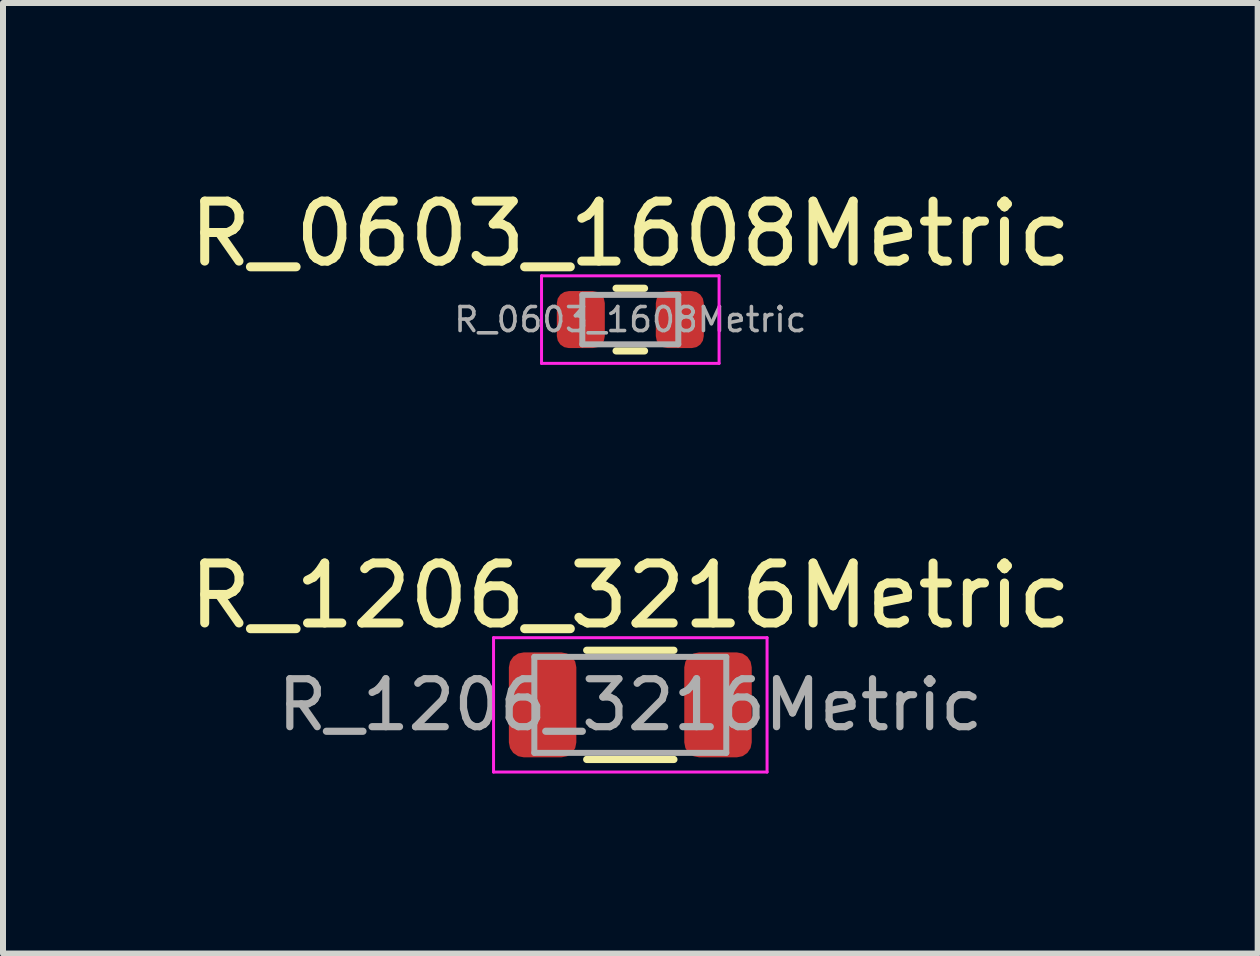
<source format=kicad_pcb>
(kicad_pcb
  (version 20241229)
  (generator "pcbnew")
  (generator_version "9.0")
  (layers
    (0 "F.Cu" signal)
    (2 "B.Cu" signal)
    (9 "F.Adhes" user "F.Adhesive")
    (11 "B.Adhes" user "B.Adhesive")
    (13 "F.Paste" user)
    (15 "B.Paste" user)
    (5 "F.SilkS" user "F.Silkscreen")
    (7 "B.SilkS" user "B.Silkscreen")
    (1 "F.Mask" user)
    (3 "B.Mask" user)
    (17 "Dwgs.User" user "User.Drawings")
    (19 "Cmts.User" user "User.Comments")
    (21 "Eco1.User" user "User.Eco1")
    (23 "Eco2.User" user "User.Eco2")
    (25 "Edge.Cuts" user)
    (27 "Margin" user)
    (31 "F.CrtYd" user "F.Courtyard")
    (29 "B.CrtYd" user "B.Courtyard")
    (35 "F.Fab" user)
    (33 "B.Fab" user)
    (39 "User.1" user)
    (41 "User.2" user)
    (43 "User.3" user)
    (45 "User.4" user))
  (footprint "R_0603_1608Metric"
    (layer "F.Cu")
    (at 7.458 2.278)
    (property "Reference" "R_0603_1608Metric" (at 0 -1.43 0) (layer "F.SilkS") (effects (font (size 1 1) (thickness 0.15))))
    (attr smd)
    (fp_line (start -0.237 -0.522) (end 0.237 -0.522) (stroke (width 0.12) (type solid)) (layer "F.SilkS"))
    (fp_line (start -0.237 0.522) (end 0.237 0.522) (stroke (width 0.12) (type solid)) (layer "F.SilkS"))
    (fp_line (start -1.48 -0.73) (end 1.48 -0.73) (stroke (width 0.05) (type solid)) (layer "F.CrtYd"))
    (fp_line (start -1.48 0.73) (end -1.48 -0.73) (stroke (width 0.05) (type solid)) (layer "F.CrtYd"))
    (fp_line (start 1.48 -0.73) (end 1.48 0.73) (stroke (width 0.05) (type solid)) (layer "F.CrtYd"))
    (fp_line (start 1.48 0.73) (end -1.48 0.73) (stroke (width 0.05) (type solid)) (layer "F.CrtYd"))
    (fp_line (start -0.8 -0.412) (end 0.8 -0.412) (stroke (width 0.1) (type solid)) (layer "F.Fab"))
    (fp_line (start -0.8 0.412) (end -0.8 -0.412) (stroke (width 0.1) (type solid)) (layer "F.Fab"))
    (fp_line (start 0.8 -0.412) (end 0.8 0.412) (stroke (width 0.1) (type solid)) (layer "F.Fab"))
    (fp_line (start 0.8 0.412) (end -0.8 0.412) (stroke (width 0.1) (type solid)) (layer "F.Fab"))
    (fp_text user "${REFERENCE}" (at 0 0 0) (layer "F.Fab") (effects (font (size 0.4 0.4) (thickness 0.06))))
    (pad "1" smd roundrect (at -0.825 0) (size 0.8 0.95) (layers "F.Cu" "F.Mask" "F.Paste") (roundrect_rratio 0.25))
    (pad "2" smd roundrect (at 0.825 0) (size 0.8 0.95) (layers "F.Cu" "F.Mask" "F.Paste") (roundrect_rratio 0.25)))
  (footprint "R_1206_3216Metric"
    (layer "F.Cu")
    (at 7.458 8.701)
    (property "Reference" "R_1206_3216Metric" (at 0 -1.82 180) (layer "F.SilkS") (effects (font (size 1 1) (thickness 0.15))))
    (attr smd)
    (fp_line (start -0.727 -0.91) (end 0.727 -0.91) (stroke (width 0.12) (type solid)) (layer "F.SilkS"))
    (fp_line (start -0.727 0.91) (end 0.727 0.91) (stroke (width 0.12) (type solid)) (layer "F.SilkS"))
    (fp_line (start -2.28 -1.12) (end 2.28 -1.12) (stroke (width 0.05) (type solid)) (layer "F.CrtYd"))
    (fp_line (start -2.28 1.12) (end -2.28 -1.12) (stroke (width 0.05) (type solid)) (layer "F.CrtYd"))
    (fp_line (start 2.28 -1.12) (end 2.28 1.12) (stroke (width 0.05) (type solid)) (layer "F.CrtYd"))
    (fp_line (start 2.28 1.12) (end -2.28 1.12) (stroke (width 0.05) (type solid)) (layer "F.CrtYd"))
    (fp_line (start -1.6 -0.8) (end 1.6 -0.8) (stroke (width 0.1) (type solid)) (layer "F.Fab"))
    (fp_line (start -1.6 0.8) (end -1.6 -0.8) (stroke (width 0.1) (type solid)) (layer "F.Fab"))
    (fp_line (start 1.6 -0.8) (end 1.6 0.8) (stroke (width 0.1) (type solid)) (layer "F.Fab"))
    (fp_line (start 1.6 0.8) (end -1.6 0.8) (stroke (width 0.1) (type solid)) (layer "F.Fab"))
    (fp_text user "${REFERENCE}" (at 0 0 180) (layer "F.Fab") (effects (font (size 0.8 0.8) (thickness 0.12))))
    (pad "1" smd roundrect (at -1.462 0) (size 1.125 1.75) (layers "F.Cu" "F.Mask" "F.Paste") (roundrect_rratio 0.222))
    (pad "2" smd roundrect (at 1.462 0) (size 1.125 1.75) (layers "F.Cu" "F.Mask" "F.Paste") (roundrect_rratio 0.222)))
  (gr_rect
    (start -3 -3)
    (end 17.917 12.847)
    (stroke (width 0.1) (type default))
    (fill no)
    (layer "Edge.Cuts")))
</source>
